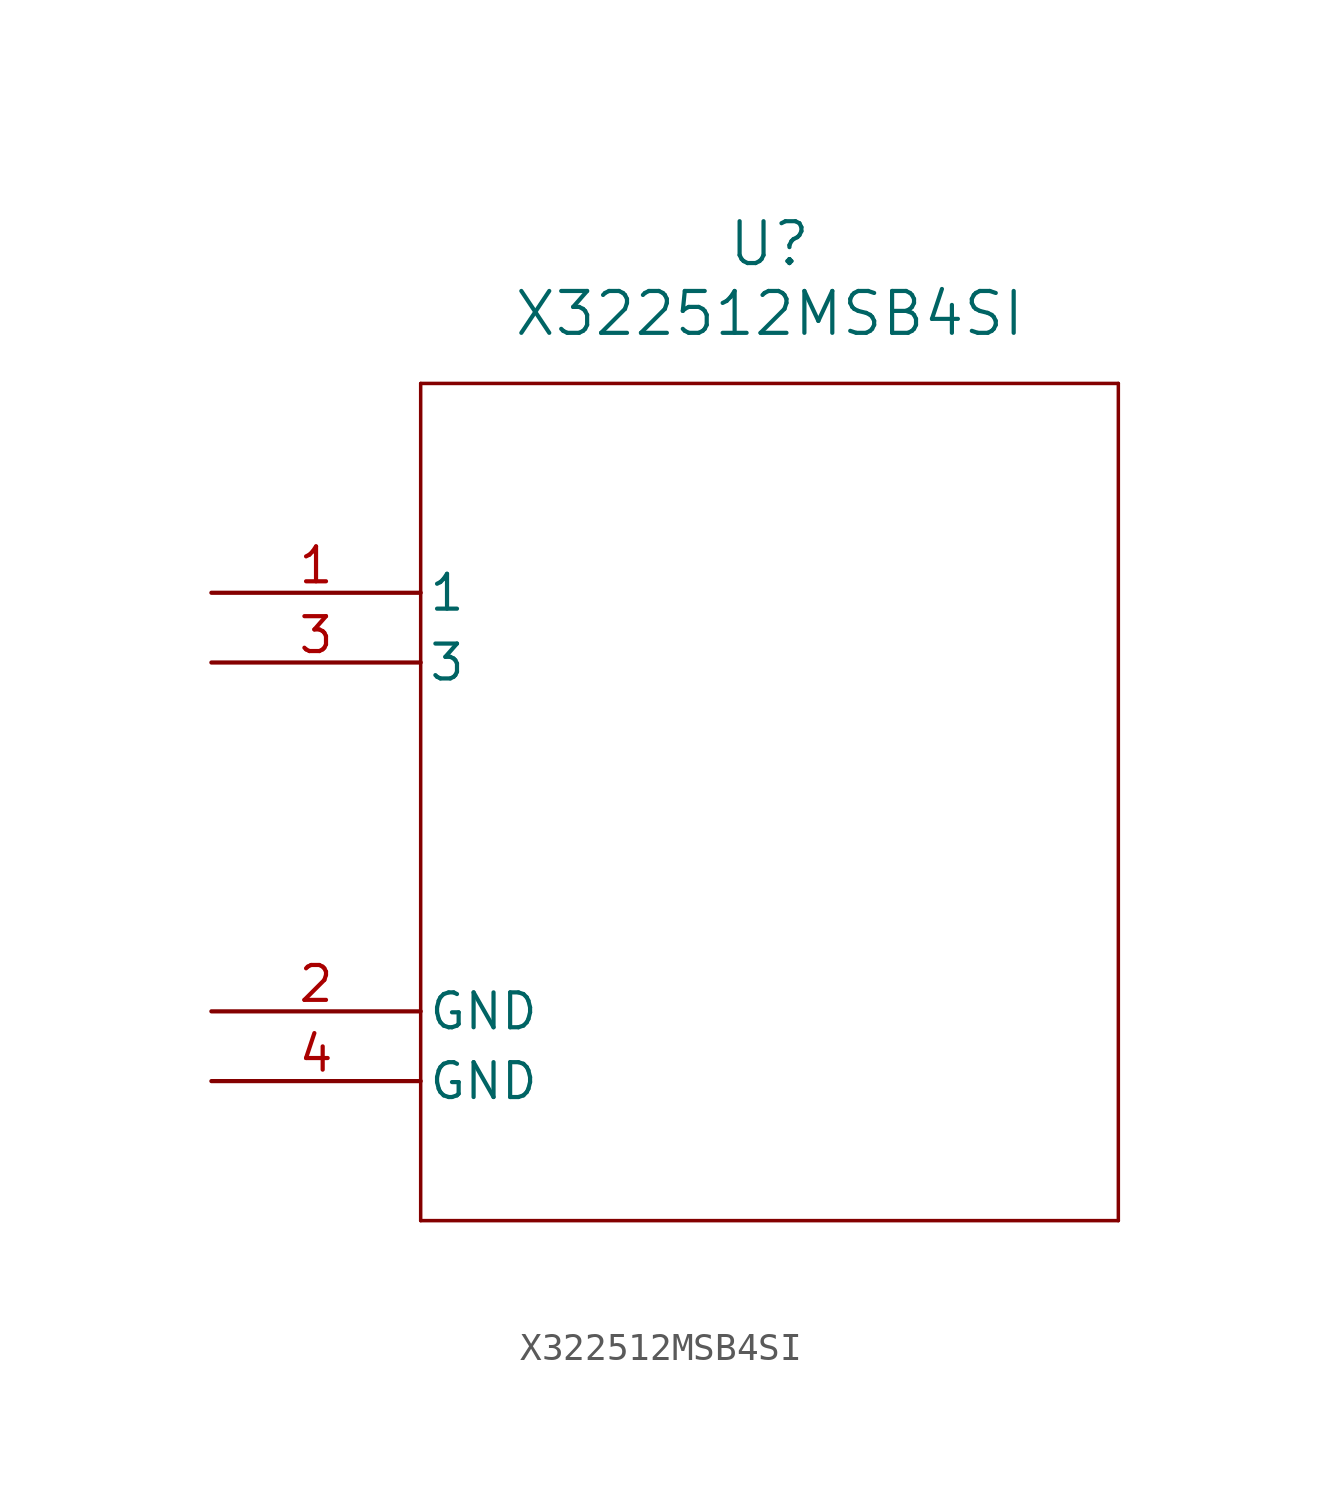
<source format=kicad_sym>
(kicad_symbol_lib
  (version 20211014)
  (generator kicad_symbol_editor)
  (symbol "X322512MSB4SI"
    (pin_names
      (offset 0.254))
    (property "Reference" "U"
      (at 20.32 12.7 0)
      (effects (font (size 1.524 1.524))))
    (property "Value" "X322512MSB4SI"
      (at 20.32 10.16 0)
      (effects (font (size 1.524 1.524))))
    (symbol "X322512MSB4SI_0_1"
      (polyline (pts (xy 7.62 7.62) (xy 7.62 -22.86)) (stroke (width 0.127) (type default) (color 0 0 0 0)) (fill (type none)))
      (polyline (pts (xy 7.62 -22.86) (xy 33.02 -22.86)) (stroke (width 0.127) (type default) (color 0 0 0 0)) (fill (type none)))
      (polyline (pts (xy 33.02 -22.86) (xy 33.02 7.62)) (stroke (width 0.127) (type default) (color 0 0 0 0)) (fill (type none)))
      (polyline (pts (xy 33.02 7.62) (xy 7.62 7.62)) (stroke (width 0.127) (type default) (color 0 0 0 0)) (fill (type none)))
      (pin unspecified line (at 0 0 0) (length 7.62) (name "1" (effects (font (size 1.27 1.27)))) (number "1" (effects (font (size 1.27 1.27)))))
      (pin power_out line (at 0 -15.24 0) (length 7.62) (name "GND" (effects (font (size 1.27 1.27)))) (number "2" (effects (font (size 1.27 1.27)))))
      (pin unspecified line (at 0 -2.54 0) (length 7.62) (name "3" (effects (font (size 1.27 1.27)))) (number "3" (effects (font (size 1.27 1.27)))))
      (pin power_out line (at 0 -17.78 0) (length 7.62) (name "GND" (effects (font (size 1.27 1.27)))) (number "4" (effects (font (size 1.27 1.27))))))))
</source>
